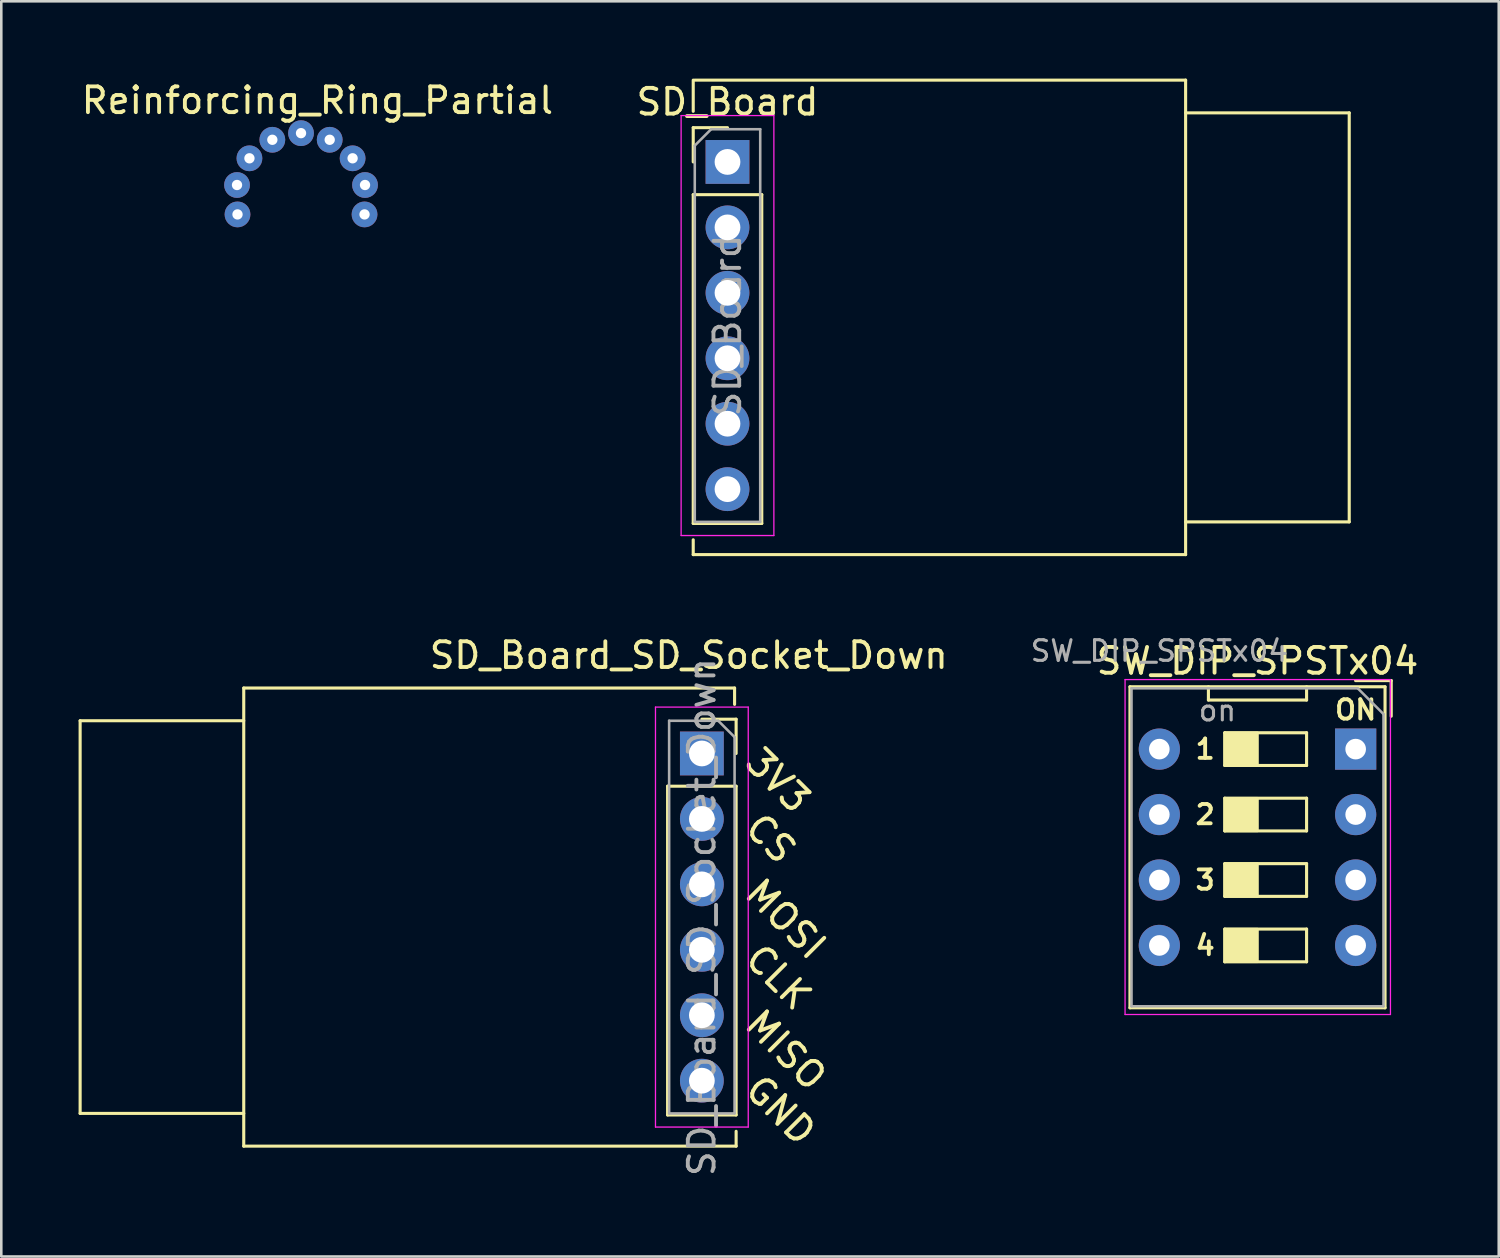
<source format=kicad_pcb>
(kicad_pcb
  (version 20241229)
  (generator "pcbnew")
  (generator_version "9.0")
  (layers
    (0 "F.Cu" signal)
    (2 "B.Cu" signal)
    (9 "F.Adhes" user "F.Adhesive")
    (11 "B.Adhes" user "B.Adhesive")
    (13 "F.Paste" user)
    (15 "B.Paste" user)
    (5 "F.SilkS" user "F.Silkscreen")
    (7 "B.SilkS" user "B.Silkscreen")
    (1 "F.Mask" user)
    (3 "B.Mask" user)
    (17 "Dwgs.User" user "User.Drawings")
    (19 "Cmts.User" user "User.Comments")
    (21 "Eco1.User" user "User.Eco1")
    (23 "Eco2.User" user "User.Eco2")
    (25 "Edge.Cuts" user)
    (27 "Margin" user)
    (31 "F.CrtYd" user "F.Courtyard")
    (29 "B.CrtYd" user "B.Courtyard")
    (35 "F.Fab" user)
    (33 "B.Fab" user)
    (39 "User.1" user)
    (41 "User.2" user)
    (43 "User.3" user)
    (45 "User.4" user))
  (footprint "SD_Board"
    (layer "F.Cu")
    (at 25.185 3.235)
    (property "Reference" "SD_Board" (at 0 -2.33 0) (layer "F.SilkS") (effects (font (size 1 1) (thickness 0.15))))
    (attr through_hole)
    (fp_line (start -1.33 -1.965) (end -1.33 -3.175) (stroke (width 0.12) (type solid)) (layer "F.SilkS"))
    (fp_line (start -1.33 -1.33) (end 0 -1.33) (stroke (width 0.12) (type solid)) (layer "F.SilkS"))
    (fp_line (start -1.33 0) (end -1.33 -1.33) (stroke (width 0.12) (type solid)) (layer "F.SilkS"))
    (fp_line (start -1.33 1.27) (end -1.33 14.03) (stroke (width 0.12) (type solid)) (layer "F.SilkS"))
    (fp_line (start -1.33 1.27) (end 1.33 1.27) (stroke (width 0.12) (type solid)) (layer "F.SilkS"))
    (fp_line (start -1.33 14.03) (end 1.33 14.03) (stroke (width 0.12) (type solid)) (layer "F.SilkS"))
    (fp_line (start -1.33 14.665) (end -1.33 15.24) (stroke (width 0.12) (type solid)) (layer "F.SilkS"))
    (fp_line (start -1.33 15.24) (end 17.78 15.24) (stroke (width 0.12) (type solid)) (layer "F.SilkS"))
    (fp_line (start 1.33 1.27) (end 1.33 14.03) (stroke (width 0.12) (type solid)) (layer "F.SilkS"))
    (fp_line (start 17.78 -3.175) (end -1.27 -3.175) (stroke (width 0.12) (type solid)) (layer "F.SilkS"))
    (fp_line (start 17.78 -1.905) (end 24.13 -1.905) (stroke (width 0.12) (type solid)) (layer "F.SilkS"))
    (fp_line (start 17.78 15.24) (end 17.78 -3.175) (stroke (width 0.12) (type solid)) (layer "F.SilkS"))
    (fp_line (start 24.13 -1.905) (end 24.13 13.97) (stroke (width 0.12) (type solid)) (layer "F.SilkS"))
    (fp_line (start 24.13 13.97) (end 17.78 13.97) (stroke (width 0.12) (type solid)) (layer "F.SilkS"))
    (fp_line (start -1.8 -1.8) (end -1.8 14.5) (stroke (width 0.05) (type solid)) (layer "F.CrtYd"))
    (fp_line (start -1.8 14.5) (end 1.8 14.5) (stroke (width 0.05) (type solid)) (layer "F.CrtYd"))
    (fp_line (start 1.8 -1.8) (end -1.8 -1.8) (stroke (width 0.05) (type solid)) (layer "F.CrtYd"))
    (fp_line (start 1.8 14.5) (end 1.8 -1.8) (stroke (width 0.05) (type solid)) (layer "F.CrtYd"))
    (fp_line (start -1.27 -0.635) (end -0.635 -1.27) (stroke (width 0.1) (type solid)) (layer "F.Fab"))
    (fp_line (start -1.27 13.97) (end -1.27 -0.635) (stroke (width 0.1) (type solid)) (layer "F.Fab"))
    (fp_line (start -0.635 -1.27) (end 1.27 -1.27) (stroke (width 0.1) (type solid)) (layer "F.Fab"))
    (fp_line (start 1.27 -1.27) (end 1.27 13.97) (stroke (width 0.1) (type solid)) (layer "F.Fab"))
    (fp_line (start 1.27 13.97) (end -1.27 13.97) (stroke (width 0.1) (type solid)) (layer "F.Fab"))
    (fp_text user "${REFERENCE}" (at 0 6.35 90) (layer "F.Fab") (effects (font (size 1 1) (thickness 0.15))))
    (pad "1" thru_hole rect (at 0 0) (size 1.7 1.7) (drill 1) (layers "*.Cu" "*.Mask"))
    (pad "2" thru_hole oval (at 0 2.54) (size 1.7 1.7) (drill 1) (layers "*.Cu" "*.Mask"))
    (pad "3" thru_hole oval (at 0 5.08) (size 1.7 1.7) (drill 1) (layers "*.Cu" "*.Mask"))
    (pad "4" thru_hole oval (at 0 7.62) (size 1.7 1.7) (drill 1) (layers "*.Cu" "*.Mask"))
    (pad "5" thru_hole oval (at 0 10.16) (size 1.7 1.7) (drill 1) (layers "*.Cu" "*.Mask"))
    (pad "6" thru_hole oval (at 0 12.7) (size 1.7 1.7) (drill 1) (layers "*.Cu" "*.Mask")))
  (footprint "SW_DIP_SPSTx04"
    (layer "F.Cu")
    (at 49.565 26.024)
    (property "Reference" "SW_DIP_SPSTx04" (at -3.81 -3.42 0) (layer "F.SilkS") (effects (font (size 1 1) (thickness 0.15))))
    (attr through_hole)
    (fp_line (start -8.76 -2.42) (end -8.76 10.04) (stroke (width 0.12) (type solid)) (layer "F.SilkS"))
    (fp_line (start -5.715 -1.905) (end -5.715 -2.42) (stroke (width 0.12) (type solid)) (layer "F.SilkS"))
    (fp_line (start -5.08 -0.635) (end -1.905 -0.635) (stroke (width 0.12) (type solid)) (layer "F.SilkS"))
    (fp_line (start -5.08 0.635) (end -5.08 -0.635) (stroke (width 0.12) (type solid)) (layer "F.SilkS"))
    (fp_line (start -5.08 1.905) (end -1.905 1.905) (stroke (width 0.12) (type solid)) (layer "F.SilkS"))
    (fp_line (start -5.08 3.175) (end -5.08 1.905) (stroke (width 0.12) (type solid)) (layer "F.SilkS"))
    (fp_line (start -5.08 4.445) (end -1.905 4.445) (stroke (width 0.12) (type solid)) (layer "F.SilkS"))
    (fp_line (start -5.08 5.715) (end -5.08 4.445) (stroke (width 0.12) (type solid)) (layer "F.SilkS"))
    (fp_line (start -5.08 6.985) (end -1.905 6.985) (stroke (width 0.12) (type solid)) (layer "F.SilkS"))
    (fp_line (start -5.08 8.255) (end -5.08 6.985) (stroke (width 0.12) (type solid)) (layer "F.SilkS"))
    (fp_line (start -1.905 -2.42) (end -1.905 -1.905) (stroke (width 0.12) (type solid)) (layer "F.SilkS"))
    (fp_line (start -1.905 -1.905) (end -5.715 -1.905) (stroke (width 0.12) (type solid)) (layer "F.SilkS"))
    (fp_line (start -1.905 -0.635) (end -1.905 0.635) (stroke (width 0.12) (type solid)) (layer "F.SilkS"))
    (fp_line (start -1.905 0.635) (end -5.08 0.635) (stroke (width 0.12) (type solid)) (layer "F.SilkS"))
    (fp_line (start -1.905 1.905) (end -1.905 3.175) (stroke (width 0.12) (type solid)) (layer "F.SilkS"))
    (fp_line (start -1.905 3.175) (end -5.08 3.175) (stroke (width 0.12) (type solid)) (layer "F.SilkS"))
    (fp_line (start -1.905 4.445) (end -1.905 5.715) (stroke (width 0.12) (type solid)) (layer "F.SilkS"))
    (fp_line (start -1.905 5.715) (end -5.08 5.715) (stroke (width 0.12) (type solid)) (layer "F.SilkS"))
    (fp_line (start -1.905 6.985) (end -1.905 8.255) (stroke (width 0.12) (type solid)) (layer "F.SilkS"))
    (fp_line (start -1.905 8.255) (end -5.08 8.255) (stroke (width 0.12) (type solid)) (layer "F.SilkS"))
    (fp_line (start 1.14 -2.42) (end -8.76 -2.42) (stroke (width 0.12) (type solid)) (layer "F.SilkS"))
    (fp_line (start 1.14 -2.42) (end 1.14 10.04) (stroke (width 0.12) (type solid)) (layer "F.SilkS"))
    (fp_line (start 1.14 10.04) (end -8.76 10.04) (stroke (width 0.12) (type solid)) (layer "F.SilkS"))
    (fp_line (start 1.38 -2.66) (end -0.004 -2.66) (stroke (width 0.12) (type solid)) (layer "F.SilkS"))
    (fp_line (start 1.38 -2.66) (end 1.38 -1.277) (stroke (width 0.12) (type solid)) (layer "F.SilkS"))
    (fp_poly (pts (xy -3.81 0.635) (xy -5.08 0.635) (xy -5.08 -0.635) (xy -3.81 -0.635)) (stroke (width 0.1) (type solid)) (fill yes) (layer "F.SilkS"))
    (fp_poly (pts (xy -3.81 3.175) (xy -5.08 3.175) (xy -5.08 1.905) (xy -3.81 1.905)) (stroke (width 0.1) (type solid)) (fill yes) (layer "F.SilkS"))
    (fp_poly (pts (xy -3.81 5.715) (xy -5.08 5.715) (xy -5.08 4.445) (xy -3.81 4.445)) (stroke (width 0.1) (type solid)) (fill yes) (layer "F.SilkS"))
    (fp_poly (pts (xy -3.81 8.255) (xy -5.08 8.255) (xy -5.08 6.985) (xy -3.81 6.985)) (stroke (width 0.1) (type solid)) (fill yes) (layer "F.SilkS"))
    (fp_line (start -8.95 -2.7) (end 1.35 -2.7) (stroke (width 0.05) (type solid)) (layer "F.CrtYd"))
    (fp_line (start -8.95 10.3) (end -8.95 -2.7) (stroke (width 0.05) (type solid)) (layer "F.CrtYd"))
    (fp_line (start 1.35 -2.7) (end 1.35 10.3) (stroke (width 0.05) (type solid)) (layer "F.CrtYd"))
    (fp_line (start 1.35 10.3) (end -8.95 10.3) (stroke (width 0.05) (type solid)) (layer "F.CrtYd"))
    (fp_line (start -8.7 -2.36) (end -8.7 9.98) (stroke (width 0.1) (type solid)) (layer "F.Fab"))
    (fp_line (start -8.7 9.98) (end 1.08 9.98) (stroke (width 0.1) (type solid)) (layer "F.Fab"))
    (fp_line (start 0.08 -2.36) (end -8.7 -2.36) (stroke (width 0.1) (type solid)) (layer "F.Fab"))
    (fp_line (start 1.08 -1.36) (end 0.08 -2.36) (stroke (width 0.1) (type solid)) (layer "F.Fab"))
    (fp_line (start 1.08 9.98) (end 1.08 -1.36) (stroke (width 0.1) (type solid)) (layer "F.Fab"))
    (fp_text user "3" (at -5.842 5.08 0) (layer "F.SilkS") (effects (font (size 0.75 0.75) (thickness 0.15))))
    (fp_text user "4" (at -5.842 7.62 0) (layer "F.SilkS") (effects (font (size 0.75 0.75) (thickness 0.15))))
    (fp_text user "ON" (at 0 -1.524 0) (layer "F.SilkS") (effects (font (size 0.75 0.75) (thickness 0.15))))
    (fp_text user "2" (at -5.842 2.54 0) (layer "F.SilkS") (effects (font (size 0.75 0.75) (thickness 0.15))))
    (fp_text user "1" (at -5.842 0 0) (layer "F.SilkS") (effects (font (size 0.75 0.75) (thickness 0.15))))
    (fp_text user "on" (at -5.365 -1.498 0) (layer "F.Fab") (effects (font (size 0.8 0.8) (thickness 0.12))))
    (fp_text user "${REFERENCE}" (at -7.62 -3.81 180) (layer "F.Fab") (effects (font (size 0.8 0.8) (thickness 0.12))))
    (pad "1" thru_hole rect (at 0 0) (size 1.6 1.6) (drill 0.8) (layers "*.Cu" "*.Mask"))
    (pad "2" thru_hole oval (at 0 2.54) (size 1.6 1.6) (drill 0.8) (layers "*.Cu" "*.Mask"))
    (pad "3" thru_hole oval (at 0 5.08) (size 1.6 1.6) (drill 0.8) (layers "*.Cu" "*.Mask"))
    (pad "4" thru_hole oval (at 0 7.62) (size 1.6 1.6) (drill 0.8) (layers "*.Cu" "*.Mask"))
    (pad "5" thru_hole oval (at -7.62 7.62) (size 1.6 1.6) (drill 0.8) (layers "*.Cu" "*.Mask"))
    (pad "6" thru_hole oval (at -7.62 5.08) (size 1.6 1.6) (drill 0.8) (layers "*.Cu" "*.Mask"))
    (pad "7" thru_hole oval (at -7.62 2.54) (size 1.6 1.6) (drill 0.8) (layers "*.Cu" "*.Mask"))
    (pad "8" thru_hole oval (at -7.62 0) (size 1.6 1.6) (drill 0.8) (layers "*.Cu" "*.Mask")))
  (footprint "Reinforcing_Ring_Partial"
    (layer "F.Cu")
    (at 8.633 4.658)
    (property "Reference" "Reinforcing_Ring_Partial" (at 0.635 -3.81 0) (layer "F.SilkS") (effects (font (size 1 1) (thickness 0.15))))
    (attr through_hole)
    (pad "1" thru_hole circle (at -2.484 -0.528) (size 1 1) (drill 0.4) (layers "*.Cu" "*.Mask"))
    (pad "1" thru_hole circle (at -2.465 0.614) (size 1 1) (drill 0.4) (layers "*.Cu" "*.Mask"))
    (pad "1" thru_hole circle (at -2.002 -1.564) (size 1 1) (drill 0.4) (layers "*.Cu" "*.Mask"))
    (pad "1" thru_hole circle (at -1.113 -2.283) (size 1 1) (drill 0.4) (layers "*.Cu" "*.Mask"))
    (pad "1" thru_hole circle (at 0 -2.54) (size 1 1) (drill 0.4) (layers "*.Cu" "*.Mask"))
    (pad "1" thru_hole circle (at 1.113 -2.283) (size 1 1) (drill 0.4) (layers "*.Cu" "*.Mask"))
    (pad "1" thru_hole circle (at 2.002 -1.564) (size 1 1) (drill 0.4) (layers "*.Cu" "*.Mask"))
    (pad "1" thru_hole circle (at 2.465 0.614) (size 1 1) (drill 0.4) (layers "*.Cu" "*.Mask"))
    (pad "1" thru_hole circle (at 2.484 -0.528) (size 1 1) (drill 0.4) (layers "*.Cu" "*.Mask")))
  (footprint "SD_Board_SD_Socket_Down"
    (layer "F.Cu")
    (at 24.317 26.193)
    (property "Reference" "SD_Board_SD_Socket_Down" (at -0.635 -3.81 0) (layer "F.SilkS") (effects (font (size 1 1) (thickness 0.15))))
    (attr through_hole)
    (fp_line (start -24.257 -1.27) (end -24.257 13.97) (stroke (width 0.12) (type solid)) (layer "F.SilkS"))
    (fp_line (start -24.257 13.97) (end -17.907 13.97) (stroke (width 0.12) (type solid)) (layer "F.SilkS"))
    (fp_line (start -17.907 -2.54) (end -17.907 15.24) (stroke (width 0.12) (type solid)) (layer "F.SilkS"))
    (fp_line (start -17.907 -2.54) (end 1.143 -2.54) (stroke (width 0.12) (type solid)) (layer "F.SilkS"))
    (fp_line (start -17.907 -1.27) (end -24.257 -1.27) (stroke (width 0.12) (type solid)) (layer "F.SilkS"))
    (fp_line (start -1.457 1.27) (end -1.457 14.03) (stroke (width 0.12) (type solid)) (layer "F.SilkS"))
    (fp_line (start 1.143 -2.54) (end 1.143 -1.905) (stroke (width 0.12) (type solid)) (layer "F.SilkS"))
    (fp_line (start 1.203 -1.33) (end -0.127 -1.33) (stroke (width 0.12) (type solid)) (layer "F.SilkS"))
    (fp_line (start 1.203 0) (end 1.203 -1.33) (stroke (width 0.12) (type solid)) (layer "F.SilkS"))
    (fp_line (start 1.203 1.27) (end -1.457 1.27) (stroke (width 0.12) (type solid)) (layer "F.SilkS"))
    (fp_line (start 1.203 1.27) (end 1.203 14.03) (stroke (width 0.12) (type solid)) (layer "F.SilkS"))
    (fp_line (start 1.203 14.03) (end -1.457 14.03) (stroke (width 0.12) (type solid)) (layer "F.SilkS"))
    (fp_line (start 1.203 14.665) (end 1.203 15.24) (stroke (width 0.12) (type solid)) (layer "F.SilkS"))
    (fp_line (start 1.203 15.24) (end -17.907 15.24) (stroke (width 0.12) (type solid)) (layer "F.SilkS"))
    (fp_line (start -1.927 -1.8) (end 1.673 -1.8) (stroke (width 0.05) (type solid)) (layer "F.CrtYd"))
    (fp_line (start -1.927 14.5) (end -1.927 -1.8) (stroke (width 0.05) (type solid)) (layer "F.CrtYd"))
    (fp_line (start 1.673 -1.8) (end 1.673 14.5) (stroke (width 0.05) (type solid)) (layer "F.CrtYd"))
    (fp_line (start 1.673 14.5) (end -1.927 14.5) (stroke (width 0.05) (type solid)) (layer "F.CrtYd"))
    (fp_line (start -1.397 -1.27) (end -1.397 13.97) (stroke (width 0.1) (type solid)) (layer "F.Fab"))
    (fp_line (start -1.397 13.97) (end 1.143 13.97) (stroke (width 0.1) (type solid)) (layer "F.Fab"))
    (fp_line (start 0.508 -1.27) (end -1.397 -1.27) (stroke (width 0.1) (type solid)) (layer "F.Fab"))
    (fp_line (start 1.143 -0.635) (end 0.508 -1.27) (stroke (width 0.1) (type solid)) (layer "F.Fab"))
    (fp_line (start 1.143 13.97) (end 1.143 -0.635) (stroke (width 0.1) (type solid)) (layer "F.Fab"))
    (fp_text user "CLK" (at 1.778 7.62 315) (layer "F.SilkS") (effects (font (size 1 1) (thickness 0.15)) (justify left)))
    (fp_text user "GND" (at 1.778 12.7 315) (layer "F.SilkS") (effects (font (size 1 1) (thickness 0.15)) (justify left)))
    (fp_text user "CS" (at 1.778 2.54 315) (layer "F.SilkS") (effects (font (size 1 1) (thickness 0.15)) (justify left)))
    (fp_text user "MISO" (at 1.778 10.16 315) (layer "F.SilkS") (effects (font (size 1 1) (thickness 0.15)) (justify left)))
    (fp_text user "3V3" (at 1.778 0 135) (layer "F.SilkS") (effects (font (size 1 1) (thickness 0.15)) (justify left)))
    (fp_text user "MOSI" (at 1.778 5.08 315) (layer "F.SilkS") (effects (font (size 1 1) (thickness 0.15)) (justify left)))
    (fp_text user "${REFERENCE}" (at -0.127 6.35 90) (layer "F.Fab") (effects (font (size 1 1) (thickness 0.15))))
    (pad "1" thru_hole rect (at -0.127 0) (size 1.7 1.7) (drill 1) (layers "*.Cu" "*.Mask"))
    (pad "2" thru_hole oval (at -0.127 2.54) (size 1.7 1.7) (drill 1) (layers "*.Cu" "*.Mask"))
    (pad "3" thru_hole oval (at -0.127 5.08) (size 1.7 1.7) (drill 1) (layers "*.Cu" "*.Mask"))
    (pad "4" thru_hole oval (at -0.127 7.62) (size 1.7 1.7) (drill 1) (layers "*.Cu" "*.Mask"))
    (pad "5" thru_hole oval (at -0.127 10.16) (size 1.7 1.7) (drill 1) (layers "*.Cu" "*.Mask"))
    (pad "6" thru_hole oval (at -0.127 12.7) (size 1.7 1.7) (drill 1) (layers "*.Cu" "*.Mask")))
  (gr_rect
    (start -3 -3)
    (end 55.118 45.716)
    (stroke (width 0.1) (type default))
    (fill no)
    (layer "Edge.Cuts")))
</source>
